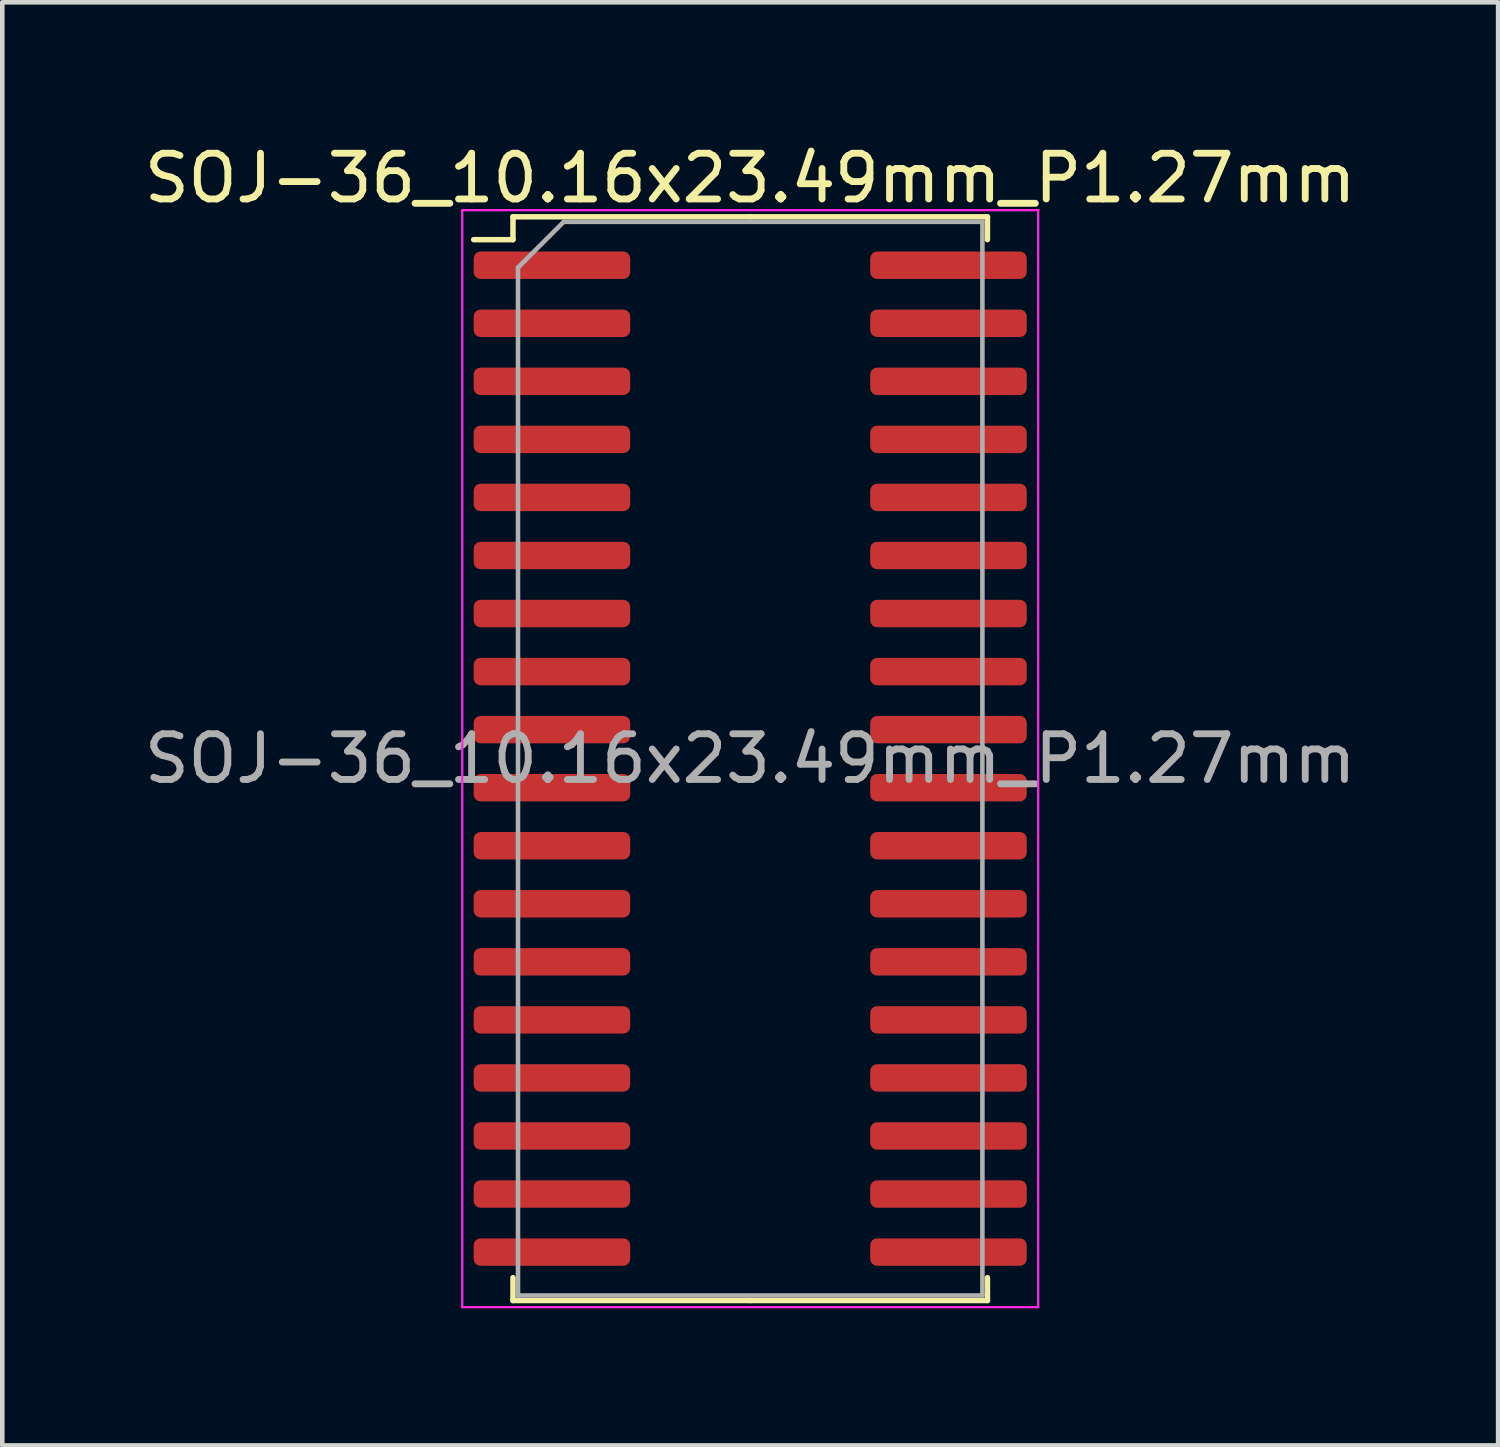
<source format=kicad_pcb>
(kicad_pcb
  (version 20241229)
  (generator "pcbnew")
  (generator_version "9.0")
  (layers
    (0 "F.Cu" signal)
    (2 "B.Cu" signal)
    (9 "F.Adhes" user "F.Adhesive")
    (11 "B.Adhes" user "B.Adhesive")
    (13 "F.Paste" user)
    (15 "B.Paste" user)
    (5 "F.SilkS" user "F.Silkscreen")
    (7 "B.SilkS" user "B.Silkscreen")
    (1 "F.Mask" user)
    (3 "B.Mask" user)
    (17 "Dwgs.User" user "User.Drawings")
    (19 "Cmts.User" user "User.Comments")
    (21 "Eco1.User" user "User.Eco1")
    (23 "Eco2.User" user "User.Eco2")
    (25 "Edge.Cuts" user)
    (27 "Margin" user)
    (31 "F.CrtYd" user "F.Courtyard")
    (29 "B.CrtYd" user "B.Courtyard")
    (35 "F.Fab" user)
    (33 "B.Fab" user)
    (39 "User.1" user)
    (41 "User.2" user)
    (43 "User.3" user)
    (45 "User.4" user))
  (footprint "SOJ-36_10.16x23.49mm_P1.27mm"
    (layer "F.Cu")
    (at 13.363 13.548)
    (property "Reference" "SOJ-36_10.16x23.49mm_P1.27mm" (at 0 -12.7 0) (layer "F.SilkS") (effects (font (size 1 1) (thickness 0.15))))
    (attr smd)
    (fp_line (start -5.19 -11.855) (end -5.19 -11.355) (stroke (width 0.12) (type solid)) (layer "F.SilkS"))
    (fp_line (start -5.19 -11.355) (end -6.05 -11.355) (stroke (width 0.12) (type solid)) (layer "F.SilkS"))
    (fp_line (start -5.19 11.855) (end -5.19 11.355) (stroke (width 0.12) (type solid)) (layer "F.SilkS"))
    (fp_line (start 0 -11.855) (end -5.19 -11.855) (stroke (width 0.12) (type solid)) (layer "F.SilkS"))
    (fp_line (start 0 -11.855) (end 5.19 -11.855) (stroke (width 0.12) (type solid)) (layer "F.SilkS"))
    (fp_line (start 0 11.855) (end -5.19 11.855) (stroke (width 0.12) (type solid)) (layer "F.SilkS"))
    (fp_line (start 0 11.855) (end 5.19 11.855) (stroke (width 0.12) (type solid)) (layer "F.SilkS"))
    (fp_line (start 5.19 -11.855) (end 5.19 -11.355) (stroke (width 0.12) (type solid)) (layer "F.SilkS"))
    (fp_line (start 5.19 11.855) (end 5.19 11.355) (stroke (width 0.12) (type solid)) (layer "F.SilkS"))
    (fp_line (start -6.3 -12) (end -6.3 12) (stroke (width 0.05) (type solid)) (layer "F.CrtYd"))
    (fp_line (start -6.3 12) (end 6.3 12) (stroke (width 0.05) (type solid)) (layer "F.CrtYd"))
    (fp_line (start 6.3 -12) (end -6.3 -12) (stroke (width 0.05) (type solid)) (layer "F.CrtYd"))
    (fp_line (start 6.3 12) (end 6.3 -12) (stroke (width 0.05) (type solid)) (layer "F.CrtYd"))
    (fp_line (start -5.08 -10.745) (end -4.08 -11.745) (stroke (width 0.1) (type solid)) (layer "F.Fab"))
    (fp_line (start -5.08 11.745) (end -5.08 -10.745) (stroke (width 0.1) (type solid)) (layer "F.Fab"))
    (fp_line (start -4.08 -11.745) (end 5.08 -11.745) (stroke (width 0.1) (type solid)) (layer "F.Fab"))
    (fp_line (start 5.08 -11.745) (end 5.08 11.745) (stroke (width 0.1) (type solid)) (layer "F.Fab"))
    (fp_line (start 5.08 11.745) (end -5.08 11.745) (stroke (width 0.1) (type solid)) (layer "F.Fab"))
    (fp_text user "${REFERENCE}" (at 0 0 0) (layer "F.Fab") (effects (font (size 1 1) (thickness 0.15))))
    (pad "1" smd roundrect (at -4.338 -10.795) (size 3.425 0.6) (layers "F.Cu" "F.Mask" "F.Paste") (roundrect_rratio 0.25))
    (pad "2" smd roundrect (at -4.338 -9.525) (size 3.425 0.6) (layers "F.Cu" "F.Mask" "F.Paste") (roundrect_rratio 0.25))
    (pad "3" smd roundrect (at -4.338 -8.255) (size 3.425 0.6) (layers "F.Cu" "F.Mask" "F.Paste") (roundrect_rratio 0.25))
    (pad "4" smd roundrect (at -4.338 -6.985) (size 3.425 0.6) (layers "F.Cu" "F.Mask" "F.Paste") (roundrect_rratio 0.25))
    (pad "5" smd roundrect (at -4.338 -5.715) (size 3.425 0.6) (layers "F.Cu" "F.Mask" "F.Paste") (roundrect_rratio 0.25))
    (pad "6" smd roundrect (at -4.338 -4.445) (size 3.425 0.6) (layers "F.Cu" "F.Mask" "F.Paste") (roundrect_rratio 0.25))
    (pad "7" smd roundrect (at -4.338 -3.175) (size 3.425 0.6) (layers "F.Cu" "F.Mask" "F.Paste") (roundrect_rratio 0.25))
    (pad "8" smd roundrect (at -4.338 -1.905) (size 3.425 0.6) (layers "F.Cu" "F.Mask" "F.Paste") (roundrect_rratio 0.25))
    (pad "9" smd roundrect (at -4.338 -0.635) (size 3.425 0.6) (layers "F.Cu" "F.Mask" "F.Paste") (roundrect_rratio 0.25))
    (pad "10" smd roundrect (at -4.338 0.635) (size 3.425 0.6) (layers "F.Cu" "F.Mask" "F.Paste") (roundrect_rratio 0.25))
    (pad "11" smd roundrect (at -4.338 1.905) (size 3.425 0.6) (layers "F.Cu" "F.Mask" "F.Paste") (roundrect_rratio 0.25))
    (pad "12" smd roundrect (at -4.338 3.175) (size 3.425 0.6) (layers "F.Cu" "F.Mask" "F.Paste") (roundrect_rratio 0.25))
    (pad "13" smd roundrect (at -4.338 4.445) (size 3.425 0.6) (layers "F.Cu" "F.Mask" "F.Paste") (roundrect_rratio 0.25))
    (pad "14" smd roundrect (at -4.338 5.715) (size 3.425 0.6) (layers "F.Cu" "F.Mask" "F.Paste") (roundrect_rratio 0.25))
    (pad "15" smd roundrect (at -4.338 6.985) (size 3.425 0.6) (layers "F.Cu" "F.Mask" "F.Paste") (roundrect_rratio 0.25))
    (pad "16" smd roundrect (at -4.338 8.255) (size 3.425 0.6) (layers "F.Cu" "F.Mask" "F.Paste") (roundrect_rratio 0.25))
    (pad "17" smd roundrect (at -4.338 9.525) (size 3.425 0.6) (layers "F.Cu" "F.Mask" "F.Paste") (roundrect_rratio 0.25))
    (pad "18" smd roundrect (at -4.338 10.795) (size 3.425 0.6) (layers "F.Cu" "F.Mask" "F.Paste") (roundrect_rratio 0.25))
    (pad "19" smd roundrect (at 4.338 10.795) (size 3.425 0.6) (layers "F.Cu" "F.Mask" "F.Paste") (roundrect_rratio 0.25))
    (pad "20" smd roundrect (at 4.338 9.525) (size 3.425 0.6) (layers "F.Cu" "F.Mask" "F.Paste") (roundrect_rratio 0.25))
    (pad "21" smd roundrect (at 4.338 8.255) (size 3.425 0.6) (layers "F.Cu" "F.Mask" "F.Paste") (roundrect_rratio 0.25))
    (pad "22" smd roundrect (at 4.338 6.985) (size 3.425 0.6) (layers "F.Cu" "F.Mask" "F.Paste") (roundrect_rratio 0.25))
    (pad "23" smd roundrect (at 4.338 5.715) (size 3.425 0.6) (layers "F.Cu" "F.Mask" "F.Paste") (roundrect_rratio 0.25))
    (pad "24" smd roundrect (at 4.338 4.445) (size 3.425 0.6) (layers "F.Cu" "F.Mask" "F.Paste") (roundrect_rratio 0.25))
    (pad "25" smd roundrect (at 4.338 3.175) (size 3.425 0.6) (layers "F.Cu" "F.Mask" "F.Paste") (roundrect_rratio 0.25))
    (pad "26" smd roundrect (at 4.338 1.905) (size 3.425 0.6) (layers "F.Cu" "F.Mask" "F.Paste") (roundrect_rratio 0.25))
    (pad "27" smd roundrect (at 4.338 0.635) (size 3.425 0.6) (layers "F.Cu" "F.Mask" "F.Paste") (roundrect_rratio 0.25))
    (pad "28" smd roundrect (at 4.338 -0.635) (size 3.425 0.6) (layers "F.Cu" "F.Mask" "F.Paste") (roundrect_rratio 0.25))
    (pad "29" smd roundrect (at 4.338 -1.905) (size 3.425 0.6) (layers "F.Cu" "F.Mask" "F.Paste") (roundrect_rratio 0.25))
    (pad "30" smd roundrect (at 4.338 -3.175) (size 3.425 0.6) (layers "F.Cu" "F.Mask" "F.Paste") (roundrect_rratio 0.25))
    (pad "31" smd roundrect (at 4.338 -4.445) (size 3.425 0.6) (layers "F.Cu" "F.Mask" "F.Paste") (roundrect_rratio 0.25))
    (pad "32" smd roundrect (at 4.338 -5.715) (size 3.425 0.6) (layers "F.Cu" "F.Mask" "F.Paste") (roundrect_rratio 0.25))
    (pad "33" smd roundrect (at 4.338 -6.985) (size 3.425 0.6) (layers "F.Cu" "F.Mask" "F.Paste") (roundrect_rratio 0.25))
    (pad "34" smd roundrect (at 4.338 -8.255) (size 3.425 0.6) (layers "F.Cu" "F.Mask" "F.Paste") (roundrect_rratio 0.25))
    (pad "35" smd roundrect (at 4.338 -9.525) (size 3.425 0.6) (layers "F.Cu" "F.Mask" "F.Paste") (roundrect_rratio 0.25))
    (pad "36" smd roundrect (at 4.338 -10.795) (size 3.425 0.6) (layers "F.Cu" "F.Mask" "F.Paste") (roundrect_rratio 0.25)))
  (gr_rect
    (start -3 -3)
    (end 29.726 28.573)
    (stroke (width 0.1) (type default))
    (fill no)
    (layer "Edge.Cuts")))
</source>
